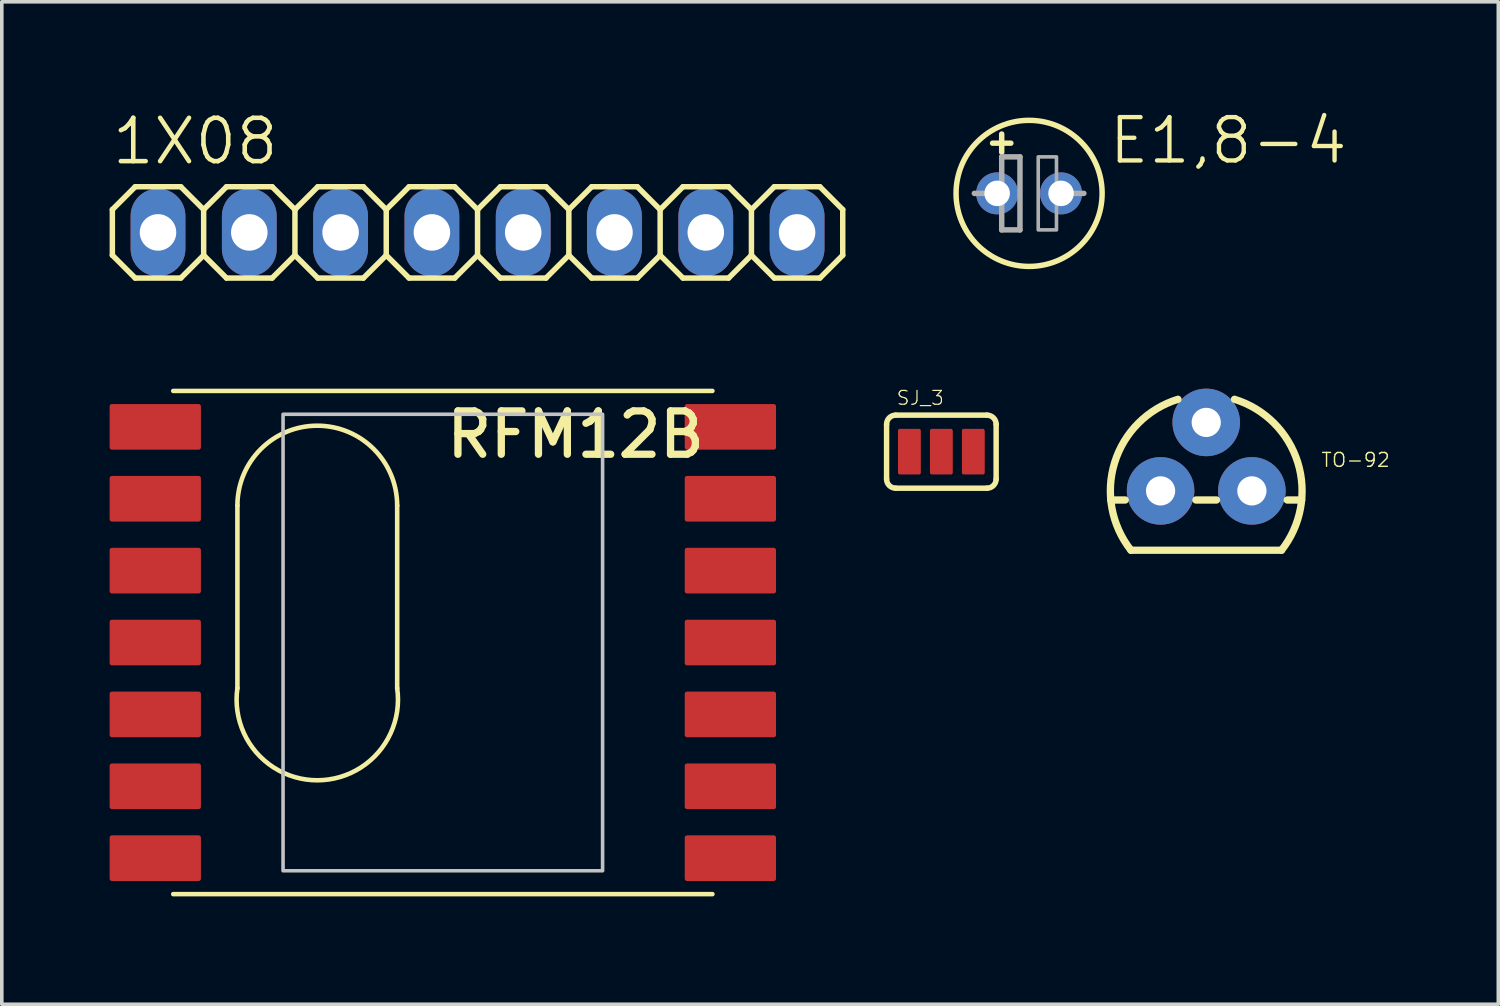
<source format=kicad_pcb>
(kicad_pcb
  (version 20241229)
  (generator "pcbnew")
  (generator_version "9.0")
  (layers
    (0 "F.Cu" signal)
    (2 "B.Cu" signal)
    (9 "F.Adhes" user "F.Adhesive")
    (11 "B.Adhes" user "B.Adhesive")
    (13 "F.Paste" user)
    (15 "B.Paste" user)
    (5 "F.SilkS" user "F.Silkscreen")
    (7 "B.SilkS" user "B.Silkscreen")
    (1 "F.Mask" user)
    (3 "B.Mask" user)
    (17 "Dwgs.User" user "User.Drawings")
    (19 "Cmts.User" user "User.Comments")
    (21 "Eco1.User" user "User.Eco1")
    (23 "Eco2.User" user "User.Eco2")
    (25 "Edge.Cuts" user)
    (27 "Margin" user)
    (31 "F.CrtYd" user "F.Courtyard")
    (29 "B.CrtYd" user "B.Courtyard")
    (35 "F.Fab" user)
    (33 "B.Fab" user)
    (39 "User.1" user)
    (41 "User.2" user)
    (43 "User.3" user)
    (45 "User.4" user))
  (footprint "E1,8-4"
    (layer "F.Cu")
    (at 25.581 2.33)
    (property "Reference" "E1,8-4" (at 2.159 -0.762 0) (layer "F.SilkS") (effects (font (size 1.206 1.206) (thickness 0.121)) (justify left bottom)))
    (attr through_hole)
    (fp_line (start -1.016 -1.397) (end -0.508 -1.397) (stroke (width 0.152) (type solid)) (layer "F.SilkS"))
    (fp_line (start -0.762 -1.143) (end -0.762 -1.651) (stroke (width 0.152) (type solid)) (layer "F.SilkS"))
    (fp_circle (center 0 0) (end 2.032 0) (stroke (width 0.152) (type solid)) (fill no) (layer "F.SilkS"))
    (fp_line (start -1.524 0) (end -0.762 0) (stroke (width 0.152) (type solid)) (layer "F.Fab"))
    (fp_line (start -0.762 -1.016) (end -0.762 0) (stroke (width 0.152) (type solid)) (layer "F.Fab"))
    (fp_line (start -0.762 0) (end -0.762 1.016) (stroke (width 0.152) (type solid)) (layer "F.Fab"))
    (fp_line (start -0.762 1.016) (end -0.254 1.016) (stroke (width 0.152) (type solid)) (layer "F.Fab"))
    (fp_line (start -0.254 -1.016) (end -0.762 -1.016) (stroke (width 0.152) (type solid)) (layer "F.Fab"))
    (fp_line (start -0.254 1.016) (end -0.254 -1.016) (stroke (width 0.152) (type solid)) (layer "F.Fab"))
    (fp_line (start 0.635 0) (end 1.524 0) (stroke (width 0.152) (type solid)) (layer "F.Fab"))
    (fp_poly (pts (xy 0.254 1.016) (xy 0.762 1.016) (xy 0.762 -1.016) (xy 0.254 -1.016)) (stroke (width 0.1) (type solid)) (fill no) (layer "F.Fab"))
    (pad "+" thru_hole circle (at -0.889 0) (size 1.168 1.168) (drill 0.711) (layers "*.Cu" "*.Mask"))
    (pad "-" thru_hole circle (at 0.889 0) (size 1.168 1.168) (drill 0.711) (layers "*.Cu" "*.Mask")))
  (footprint "TO-92"
    (layer "F.Cu")
    (at 30.509 10.607)
    (property "Reference" "TO-92" (at 3.175 -0.635 0) (layer "F.SilkS") (effects (font (size 0.386 0.386) (thickness 0.039)) (justify left bottom)))
    (attr through_hole)
    (fp_line (start -2.655 0.254) (end -2.254 0.254) (stroke (width 0.203) (type solid)) (layer "F.SilkS"))
    (fp_line (start -2.095 1.651) (end 2.095 1.651) (stroke (width 0.203) (type solid)) (layer "F.SilkS"))
    (fp_line (start -0.286 0.254) (end 0.286 0.254) (stroke (width 0.203) (type solid)) (layer "F.SilkS"))
    (fp_line (start 2.254 0.254) (end 2.655 0.254) (stroke (width 0.203) (type solid)) (layer "F.SilkS"))
    (fp_arc (start -2.0946 1.651) (mid -2.54634 -0.793276) (end -0.786301 -2.548501) (stroke (width 0.2032) (type solid)) (layer "F.SilkS"))
    (fp_arc (start 0.7863 -2.5484) (mid 2.54627 -0.793202) (end 2.0945 1.650999) (stroke (width 0.2032) (type solid)) (layer "F.SilkS"))
    (pad "1" thru_hole circle (at -1.27 0) (size 1.88 1.88) (drill 0.813) (layers "*.Cu" "*.Mask"))
    (pad "2" thru_hole circle (at 0 -1.905) (size 1.88 1.88) (drill 0.813) (layers "*.Cu" "*.Mask"))
    (pad "3" thru_hole circle (at 1.27 0) (size 1.88 1.88) (drill 0.813) (layers "*.Cu" "*.Mask")))
  (footprint "RFM12B"
    (layer "F.Cu")
    (at 9.27 14.826)
    (property "Reference" "RFM12B" (at 0 -5.08 0) (layer "F.SilkS") (effects (font (size 1.206 1.206) (thickness 0.203)) (justify left bottom)))
    (attr through_hole)
    (fp_line (start -7.5 7) (end 7.5 7) (stroke (width 0.127) (type solid)) (layer "F.SilkS"))
    (fp_line (start -5.715 -3.81) (end -5.715 1.27) (stroke (width 0.127) (type solid)) (layer "F.SilkS"))
    (fp_line (start -1.27 -3.81) (end -1.27 1.27) (stroke (width 0.127) (type solid)) (layer "F.SilkS"))
    (fp_line (start 7.5 -7) (end -7.5 -7) (stroke (width 0.127) (type solid)) (layer "F.SilkS"))
    (fp_arc (start -5.715 -3.81) (mid -3.4925 -6.0325) (end -1.27 -3.81) (stroke (width 0.127) (type solid)) (layer "F.SilkS"))
    (fp_arc (start -1.27 1.27) (mid -3.4925 3.832564) (end -5.715 1.27) (stroke (width 0.127) (type solid)) (layer "F.SilkS"))
    (fp_poly (pts (xy -4.445 6.35) (xy 4.445 6.35) (xy 4.445 -6.35) (xy -4.445 -6.35)) (stroke (width 0.1) (type solid)) (fill no) (layer "Dwgs.User"))
    (pad "ANT" smd roundrect (at 8 6) (size 2.54 1.27) (layers "F.Cu" "F.Mask" "F.Paste") (roundrect_rratio 0.05))
    (pad "FFS" smd roundrect (at -8 -2) (size 2.54 1.27) (layers "F.Cu" "F.Mask" "F.Paste") (roundrect_rratio 0.05))
    (pad "GND" smd roundrect (at 8 2) (size 2.54 1.27) (layers "F.Cu" "F.Mask" "F.Paste") (roundrect_rratio 0.05))
    (pad "IRQ" smd roundrect (at -8 -4) (size 2.54 1.27) (layers "F.Cu" "F.Mask" "F.Paste") (roundrect_rratio 0.05))
    (pad "P$8" smd roundrect (at -8 0) (size 2.54 1.27) (layers "F.Cu" "F.Mask" "F.Paste") (roundrect_rratio 0.05))
    (pad "P$9" smd roundrect (at -8 2) (size 2.54 1.27) (layers "F.Cu" "F.Mask" "F.Paste") (roundrect_rratio 0.05))
    (pad "P$10" smd roundrect (at -8 4) (size 2.54 1.27) (layers "F.Cu" "F.Mask" "F.Paste") (roundrect_rratio 0.05))
    (pad "P$12" smd roundrect (at -8 6) (size 2.54 1.27) (layers "F.Cu" "F.Mask" "F.Paste") (roundrect_rratio 0.05))
    (pad "P$16" smd roundrect (at 8 0) (size 2.54 1.27) (layers "F.Cu" "F.Mask" "F.Paste") (roundrect_rratio 0.05))
    (pad "SCK" smd roundrect (at 8 -4) (size 2.54 1.27) (layers "F.Cu" "F.Mask" "F.Paste") (roundrect_rratio 0.05))
    (pad "SDI" smd roundrect (at 8 -2) (size 2.54 1.27) (layers "F.Cu" "F.Mask" "F.Paste") (roundrect_rratio 0.05))
    (pad "SDO" smd roundrect (at -8 -6) (size 2.54 1.27) (layers "F.Cu" "F.Mask" "F.Paste") (roundrect_rratio 0.05))
    (pad "SEL" smd roundrect (at 8 -6) (size 2.54 1.27) (layers "F.Cu" "F.Mask" "F.Paste") (roundrect_rratio 0.05))
    (pad "VDD" smd roundrect (at 8 4) (size 2.54 1.27) (layers "F.Cu" "F.Mask" "F.Paste") (roundrect_rratio 0.05)))
  (footprint "SJ_3"
    (layer "F.Cu")
    (at 23.14 9.516)
    (property "Reference" "SJ_3" (at -1.27 -1.27 0) (layer "F.SilkS") (effects (font (size 0.386 0.386) (thickness 0.033)) (justify left bottom)))
    (attr through_hole)
    (fp_line (start -1.524 0.762) (end -1.524 -0.762) (stroke (width 0.152) (type solid)) (layer "F.SilkS"))
    (fp_line (start -1.27 -1.016) (end 1.27 -1.016) (stroke (width 0.152) (type solid)) (layer "F.SilkS"))
    (fp_line (start 1.27 1.016) (end -1.27 1.016) (stroke (width 0.152) (type solid)) (layer "F.SilkS"))
    (fp_line (start 1.524 0.762) (end 1.524 -0.762) (stroke (width 0.152) (type solid)) (layer "F.SilkS"))
    (fp_arc (start -1.524 -0.762) (mid -1.449605 -0.941605) (end -1.27 -1.016) (stroke (width 0.1524) (type solid)) (layer "F.SilkS"))
    (fp_arc (start -1.27 1.016) (mid -1.449605 0.941605) (end -1.524 0.762) (stroke (width 0.1524) (type solid)) (layer "F.SilkS"))
    (fp_arc (start 1.27 -1.016) (mid 1.449605 -0.941605) (end 1.524 -0.762) (stroke (width 0.1524) (type solid)) (layer "F.SilkS"))
    (fp_arc (start 1.524 0.762) (mid 1.449605 0.941605) (end 1.27 1.016) (stroke (width 0.1524) (type solid)) (layer "F.SilkS"))
    (pad "1" smd roundrect (at -0.889 0) (size 0.635 1.27) (layers "F.Cu" "F.Mask") (roundrect_rratio 0.08))
    (pad "2" smd roundrect (at 0 0) (size 0.635 1.27) (layers "F.Cu" "F.Mask") (roundrect_rratio 0.08))
    (pad "3" smd roundrect (at 0.889 0) (size 0.635 1.27) (layers "F.Cu" "F.Mask") (roundrect_rratio 0.08)))
  (footprint "1X08"
    (layer "F.Cu")
    (at 10.236 3.416)
    (property "Reference" "1X08" (at -10.236 -1.829 0) (layer "F.SilkS") (effects (font (size 1.206 1.206) (thickness 0.127)) (justify left bottom)))
    (attr through_hole)
    (fp_line (start -10.16 -0.635) (end -10.16 0.635) (stroke (width 0.152) (type solid)) (layer "F.SilkS"))
    (fp_line (start -10.16 0.635) (end -9.525 1.27) (stroke (width 0.152) (type solid)) (layer "F.SilkS"))
    (fp_line (start -9.525 -1.27) (end -10.16 -0.635) (stroke (width 0.152) (type solid)) (layer "F.SilkS"))
    (fp_line (start -9.525 -1.27) (end -8.255 -1.27) (stroke (width 0.152) (type solid)) (layer "F.SilkS"))
    (fp_line (start -8.255 -1.27) (end -7.62 -0.635) (stroke (width 0.152) (type solid)) (layer "F.SilkS"))
    (fp_line (start -8.255 1.27) (end -9.525 1.27) (stroke (width 0.152) (type solid)) (layer "F.SilkS"))
    (fp_line (start -7.62 -0.635) (end -7.62 0.635) (stroke (width 0.152) (type solid)) (layer "F.SilkS"))
    (fp_line (start -7.62 -0.635) (end -6.985 -1.27) (stroke (width 0.152) (type solid)) (layer "F.SilkS"))
    (fp_line (start -7.62 0.635) (end -8.255 1.27) (stroke (width 0.152) (type solid)) (layer "F.SilkS"))
    (fp_line (start -6.985 -1.27) (end -5.715 -1.27) (stroke (width 0.152) (type solid)) (layer "F.SilkS"))
    (fp_line (start -6.985 1.27) (end -7.62 0.635) (stroke (width 0.152) (type solid)) (layer "F.SilkS"))
    (fp_line (start -5.715 -1.27) (end -5.08 -0.635) (stroke (width 0.152) (type solid)) (layer "F.SilkS"))
    (fp_line (start -5.715 1.27) (end -6.985 1.27) (stroke (width 0.152) (type solid)) (layer "F.SilkS"))
    (fp_line (start -5.08 -0.635) (end -5.08 0.635) (stroke (width 0.152) (type solid)) (layer "F.SilkS"))
    (fp_line (start -5.08 -0.635) (end -4.445 -1.27) (stroke (width 0.152) (type solid)) (layer "F.SilkS"))
    (fp_line (start -5.08 0.635) (end -5.715 1.27) (stroke (width 0.152) (type solid)) (layer "F.SilkS"))
    (fp_line (start -4.445 -1.27) (end -3.175 -1.27) (stroke (width 0.152) (type solid)) (layer "F.SilkS"))
    (fp_line (start -4.445 1.27) (end -5.08 0.635) (stroke (width 0.152) (type solid)) (layer "F.SilkS"))
    (fp_line (start -3.175 -1.27) (end -2.54 -0.635) (stroke (width 0.152) (type solid)) (layer "F.SilkS"))
    (fp_line (start -3.175 1.27) (end -4.445 1.27) (stroke (width 0.152) (type solid)) (layer "F.SilkS"))
    (fp_line (start -2.54 -0.635) (end -2.54 0.635) (stroke (width 0.152) (type solid)) (layer "F.SilkS"))
    (fp_line (start -2.54 0.635) (end -3.175 1.27) (stroke (width 0.152) (type solid)) (layer "F.SilkS"))
    (fp_line (start -2.54 0.635) (end -1.905 1.27) (stroke (width 0.152) (type solid)) (layer "F.SilkS"))
    (fp_line (start -1.905 -1.27) (end -2.54 -0.635) (stroke (width 0.152) (type solid)) (layer "F.SilkS"))
    (fp_line (start -1.905 -1.27) (end -0.635 -1.27) (stroke (width 0.152) (type solid)) (layer "F.SilkS"))
    (fp_line (start -0.635 -1.27) (end 0 -0.635) (stroke (width 0.152) (type solid)) (layer "F.SilkS"))
    (fp_line (start -0.635 1.27) (end -1.905 1.27) (stroke (width 0.152) (type solid)) (layer "F.SilkS"))
    (fp_line (start 0 -0.635) (end 0 0.635) (stroke (width 0.152) (type solid)) (layer "F.SilkS"))
    (fp_line (start 0 -0.635) (end 0.635 -1.27) (stroke (width 0.152) (type solid)) (layer "F.SilkS"))
    (fp_line (start 0 0.635) (end -0.635 1.27) (stroke (width 0.152) (type solid)) (layer "F.SilkS"))
    (fp_line (start 0.635 -1.27) (end 1.905 -1.27) (stroke (width 0.152) (type solid)) (layer "F.SilkS"))
    (fp_line (start 0.635 1.27) (end 0 0.635) (stroke (width 0.152) (type solid)) (layer "F.SilkS"))
    (fp_line (start 1.905 -1.27) (end 2.54 -0.635) (stroke (width 0.152) (type solid)) (layer "F.SilkS"))
    (fp_line (start 1.905 1.27) (end 0.635 1.27) (stroke (width 0.152) (type solid)) (layer "F.SilkS"))
    (fp_line (start 2.54 -0.635) (end 2.54 0.635) (stroke (width 0.152) (type solid)) (layer "F.SilkS"))
    (fp_line (start 2.54 -0.635) (end 3.175 -1.27) (stroke (width 0.152) (type solid)) (layer "F.SilkS"))
    (fp_line (start 2.54 0.635) (end 1.905 1.27) (stroke (width 0.152) (type solid)) (layer "F.SilkS"))
    (fp_line (start 3.175 -1.27) (end 4.445 -1.27) (stroke (width 0.152) (type solid)) (layer "F.SilkS"))
    (fp_line (start 3.175 1.27) (end 2.54 0.635) (stroke (width 0.152) (type solid)) (layer "F.SilkS"))
    (fp_line (start 4.445 -1.27) (end 5.08 -0.635) (stroke (width 0.152) (type solid)) (layer "F.SilkS"))
    (fp_line (start 4.445 1.27) (end 3.175 1.27) (stroke (width 0.152) (type solid)) (layer "F.SilkS"))
    (fp_line (start 5.08 -0.635) (end 5.08 0.635) (stroke (width 0.152) (type solid)) (layer "F.SilkS"))
    (fp_line (start 5.08 0.635) (end 4.445 1.27) (stroke (width 0.152) (type solid)) (layer "F.SilkS"))
    (fp_line (start 5.08 0.635) (end 5.715 1.27) (stroke (width 0.152) (type solid)) (layer "F.SilkS"))
    (fp_line (start 5.715 -1.27) (end 5.08 -0.635) (stroke (width 0.152) (type solid)) (layer "F.SilkS"))
    (fp_line (start 5.715 -1.27) (end 6.985 -1.27) (stroke (width 0.152) (type solid)) (layer "F.SilkS"))
    (fp_line (start 6.985 -1.27) (end 7.62 -0.635) (stroke (width 0.152) (type solid)) (layer "F.SilkS"))
    (fp_line (start 6.985 1.27) (end 5.715 1.27) (stroke (width 0.152) (type solid)) (layer "F.SilkS"))
    (fp_line (start 7.62 -0.635) (end 7.62 0.635) (stroke (width 0.152) (type solid)) (layer "F.SilkS"))
    (fp_line (start 7.62 0.635) (end 6.985 1.27) (stroke (width 0.152) (type solid)) (layer "F.SilkS"))
    (fp_line (start 7.62 0.635) (end 8.255 1.27) (stroke (width 0.152) (type solid)) (layer "F.SilkS"))
    (fp_line (start 8.255 -1.27) (end 7.62 -0.635) (stroke (width 0.152) (type solid)) (layer "F.SilkS"))
    (fp_line (start 8.255 -1.27) (end 9.525 -1.27) (stroke (width 0.152) (type solid)) (layer "F.SilkS"))
    (fp_line (start 9.525 -1.27) (end 10.16 -0.635) (stroke (width 0.152) (type solid)) (layer "F.SilkS"))
    (fp_line (start 9.525 1.27) (end 8.255 1.27) (stroke (width 0.152) (type solid)) (layer "F.SilkS"))
    (fp_line (start 10.16 -0.635) (end 10.16 0.635) (stroke (width 0.152) (type solid)) (layer "F.SilkS"))
    (fp_line (start 10.16 0.635) (end 9.525 1.27) (stroke (width 0.152) (type solid)) (layer "F.SilkS"))
    (fp_poly (pts (xy -9.144 0.254) (xy -8.636 0.254) (xy -8.636 -0.254) (xy -9.144 -0.254)) (stroke (width 0.1) (type solid)) (fill no) (layer "F.Fab"))
    (fp_poly (pts (xy -6.604 0.254) (xy -6.096 0.254) (xy -6.096 -0.254) (xy -6.604 -0.254)) (stroke (width 0.1) (type solid)) (fill no) (layer "F.Fab"))
    (fp_poly (pts (xy -4.064 0.254) (xy -3.556 0.254) (xy -3.556 -0.254) (xy -4.064 -0.254)) (stroke (width 0.1) (type solid)) (fill no) (layer "F.Fab"))
    (fp_poly (pts (xy -1.524 0.254) (xy -1.016 0.254) (xy -1.016 -0.254) (xy -1.524 -0.254)) (stroke (width 0.1) (type solid)) (fill no) (layer "F.Fab"))
    (fp_poly (pts (xy 1.016 0.254) (xy 1.524 0.254) (xy 1.524 -0.254) (xy 1.016 -0.254)) (stroke (width 0.1) (type solid)) (fill no) (layer "F.Fab"))
    (fp_poly (pts (xy 3.556 0.254) (xy 4.064 0.254) (xy 4.064 -0.254) (xy 3.556 -0.254)) (stroke (width 0.1) (type solid)) (fill no) (layer "F.Fab"))
    (fp_poly (pts (xy 6.096 0.254) (xy 6.604 0.254) (xy 6.604 -0.254) (xy 6.096 -0.254)) (stroke (width 0.1) (type solid)) (fill no) (layer "F.Fab"))
    (fp_poly (pts (xy 8.636 0.254) (xy 9.144 0.254) (xy 9.144 -0.254) (xy 8.636 -0.254)) (stroke (width 0.1) (type solid)) (fill no) (layer "F.Fab"))
    (pad "1" thru_hole oval (at -8.89 0 90) (size 2.438 1.524) (drill 1.016) (layers "*.Cu" "*.Mask"))
    (pad "2" thru_hole oval (at -6.35 0 90) (size 2.438 1.524) (drill 1.016) (layers "*.Cu" "*.Mask"))
    (pad "3" thru_hole oval (at -3.81 0 90) (size 2.438 1.524) (drill 1.016) (layers "*.Cu" "*.Mask"))
    (pad "4" thru_hole oval (at -1.27 0 90) (size 2.438 1.524) (drill 1.016) (layers "*.Cu" "*.Mask"))
    (pad "5" thru_hole oval (at 1.27 0 90) (size 2.438 1.524) (drill 1.016) (layers "*.Cu" "*.Mask"))
    (pad "6" thru_hole oval (at 3.81 0 90) (size 2.438 1.524) (drill 1.016) (layers "*.Cu" "*.Mask"))
    (pad "7" thru_hole oval (at 6.35 0 90) (size 2.438 1.524) (drill 1.016) (layers "*.Cu" "*.Mask"))
    (pad "8" thru_hole oval (at 8.89 0 90) (size 2.438 1.524) (drill 1.016) (layers "*.Cu" "*.Mask")))
  (gr_rect
    (start -3 -3)
    (end 38.635 24.89)
    (stroke (width 0.1) (type default))
    (fill no)
    (layer "Edge.Cuts")))
</source>
